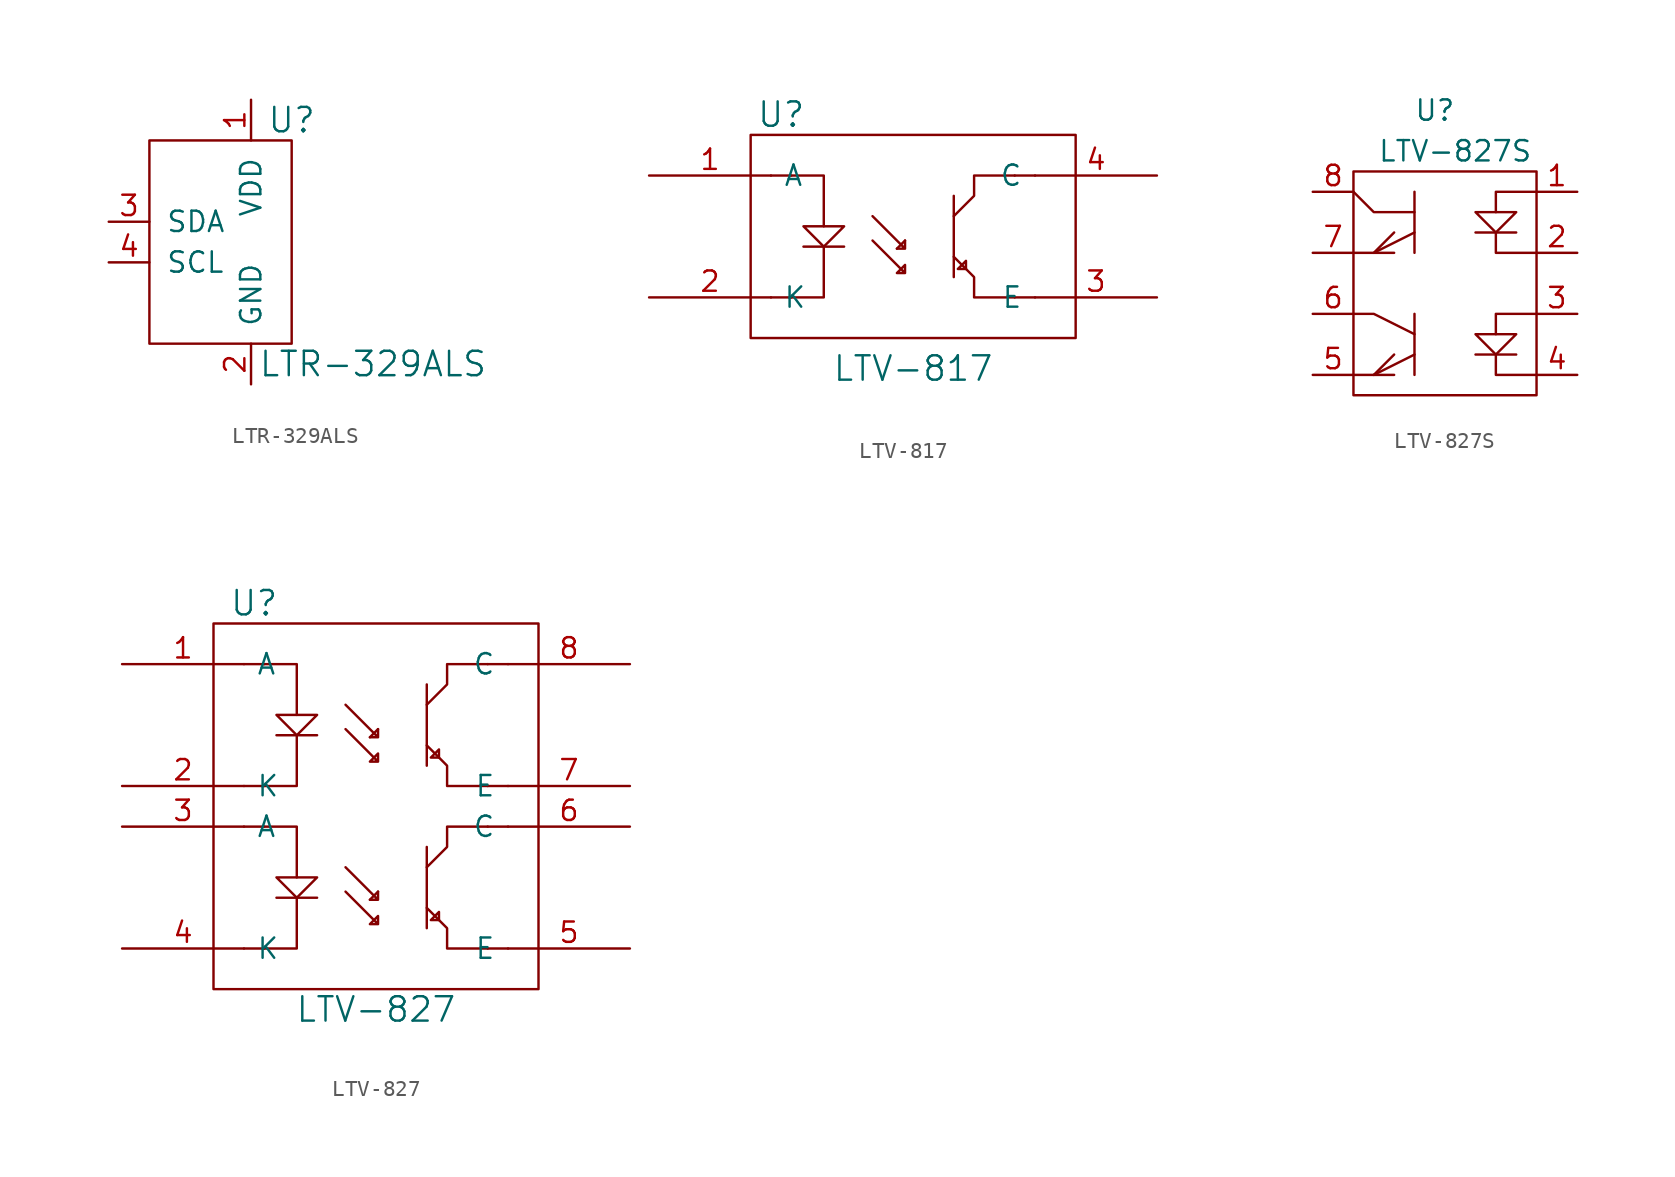
<source format=kicad_sym>
(kicad_symbol_lib
  (version 20210619)
  (generator kicad_symbol_editor)
  (symbol "tinkerforge:LTR-329ALS"
    (pin_names
      (offset 1.016))
    (property "Reference" "U"
      (at 2.54 7.62 0)
      (effects (font (size 1.524 1.524))))
    (property "Value" "LTR-329ALS"
      (at 7.62 -7.62 0)
      (effects (font (size 1.524 1.524))))
    (property "Footprint" ""
      (at 0 0 0)
      (effects (font (size 1.524 1.524))))
    (property "Datasheet" ""
      (at 0 0 0)
      (effects (font (size 1.524 1.524))))
    (symbol "LTR-329ALS_0_1"
      (rectangle (start -6.35 6.35) (end 2.54 -6.35) (stroke (width 0)) (fill (type none))))
    (symbol "LTR-329ALS_1_1"
      (pin input line (at 0 8.89 270) (length 2.54) (name "VDD" (effects (font (size 1.27 1.27)))) (number "1" (effects (font (size 1.27 1.27)))))
      (pin input line (at 0 -8.89 90) (length 2.54) (name "GND" (effects (font (size 1.27 1.27)))) (number "2" (effects (font (size 1.27 1.27)))))
      (pin passive line (at -8.89 1.27 0) (length 2.54) (name "SDA" (effects (font (size 1.27 1.27)))) (number "3" (effects (font (size 1.27 1.27)))))
      (pin passive line (at -8.89 -1.27 0) (length 2.54) (name "SCL" (effects (font (size 1.27 1.27)))) (number "4" (effects (font (size 1.27 1.27)))))))
  (symbol "tinkerforge:LTV-817"
    (pin_names
      (offset 0.762))
    (property "Reference" "U"
      (at -8.255 7.62 0)
      (effects (font (size 1.524 1.524))))
    (property "Value" "LTV-817"
      (at 0 -8.255 0)
      (effects (font (size 1.524 1.524))))
    (property "Footprint" ""
      (at 0 -10.16 0)
      (effects (font (size 1.524 1.524))))
    (property "Datasheet" ""
      (at 0 -10.16 0)
      (effects (font (size 1.524 1.524))))
    (symbol "LTV-817_0_1"
      (rectangle (start -10.16 6.35) (end 10.16 -6.35) (stroke (width 0)) (fill (type none)))
      (polyline (pts (xy -6.858 -0.635) (xy -4.318 -0.635)) (stroke (width 0)) (fill (type none)))
      (polyline (pts (xy -8.89 -3.81) (xy -7.62 -3.81) (xy -7.62 -3.81)) (stroke (width 0)) (fill (type none)))
      (polyline (pts (xy -8.89 3.81) (xy -7.62 3.81) (xy -7.62 3.81)) (stroke (width 0)) (fill (type none)))
      (polyline (pts (xy -7.62 -3.81) (xy -5.588 -3.81) (xy -5.588 -0.635)) (stroke (width 0)) (fill (type none)))
      (polyline (pts (xy -5.588 0.635) (xy -5.588 3.81) (xy -7.62 3.81)) (stroke (width 0)) (fill (type none)))
      (polyline (pts (xy -1.016 -0.762) (xy -0.508 -0.254) (xy -0.508 -0.254)) (stroke (width 0)) (fill (type none)))
      (polyline (pts (xy 2.54 2.54) (xy 2.54 -2.54) (xy 2.54 -2.54)) (stroke (width 0)) (fill (type none)))
      (polyline (pts (xy 7.62 -3.81) (xy 6.35 -3.81) (xy 6.35 -3.81)) (stroke (width 0)) (fill (type none)))
      (polyline (pts (xy 7.62 3.81) (xy 6.35 3.81) (xy 6.35 3.81)) (stroke (width 0)) (fill (type none)))
      (polyline (pts (xy -6.858 0.635) (xy -5.588 0.635) (xy -4.318 0.635) (xy -5.588 -0.635) (xy -6.858 0.635)) (stroke (width 0)) (fill (type none)))
      (polyline (pts (xy 2.54 -1.27) (xy 3.81 -2.54) (xy 3.81 -3.81) (xy 6.35 -3.81) (xy 6.35 -3.81)) (stroke (width 0)) (fill (type none)))
      (polyline (pts (xy 2.54 1.27) (xy 3.81 2.54) (xy 3.81 3.81) (xy 6.35 3.81) (xy 6.35 3.81)) (stroke (width 0)) (fill (type none)))
      (polyline (pts (xy 2.794 -2.032) (xy 3.302 -1.524) (xy 3.302 -2.032) (xy 2.794 -2.032) (xy 2.794 -2.032)) (stroke (width 0)) (fill (type none)))
      (polyline (pts (xy -2.54 1.27) (xy -0.508 -0.762) (xy -0.508 -0.254) (xy -0.508 -0.762) (xy -1.016 -0.762) (xy -1.016 -0.762)) (stroke (width 0)) (fill (type none)))
      (polyline (pts (xy -2.54 -0.254) (xy -0.508 -2.286) (xy -0.508 -1.778) (xy -0.508 -2.286) (xy -1.016 -2.286) (xy -0.508 -1.778) (xy -0.508 -1.778)) (stroke (width 0)) (fill (type none))))
    (symbol "LTV-817_1_1"
      (pin input line (at -16.51 3.81 0) (length 7.62) (name "A" (effects (font (size 1.27 1.27)))) (number "1" (effects (font (size 1.27 1.27)))))
      (pin input line (at -16.51 -3.81 0) (length 7.62) (name "K" (effects (font (size 1.27 1.27)))) (number "2" (effects (font (size 1.27 1.27)))))
      (pin passive line (at 15.24 -3.81 180) (length 7.62) (name "E" (effects (font (size 1.27 1.27)))) (number "3" (effects (font (size 1.27 1.27)))))
      (pin passive line (at 15.24 3.81 180) (length 7.62) (name "C" (effects (font (size 1.27 1.27)))) (number "4" (effects (font (size 1.27 1.27)))))))
  (symbol "tinkerforge:LTV-827S"
    (pin_names
      (offset 1.016))
    (property "Reference" "U"
      (at -1.27 10.16 0)
      (effects (font (size 1.27 1.27))))
    (property "Value" "LTV-827S"
      (at 0 7.62 0)
      (effects (font (size 1.27 1.27))))
    (symbol "LTV-827S_0_1"
      (rectangle (start -6.35 6.35) (end 5.08 -7.62) (stroke (width 0)) (fill (type none)))
      (polyline (pts (xy -5.08 -6.35) (xy -3.81 -6.35)) (stroke (width 0)) (fill (type none)))
      (polyline (pts (xy -5.08 -6.35) (xy -3.81 -5.08)) (stroke (width 0)) (fill (type none)))
      (polyline (pts (xy -2.54 5.08) (xy -2.54 1.27)) (stroke (width 0)) (fill (type none)))
      (polyline (pts (xy 1.27 2.54) (xy 3.81 2.54)) (stroke (width 0)) (fill (type none)))
      (polyline (pts (xy -6.35 -2.54) (xy -5.08 -2.54) (xy -2.54 -3.81)) (stroke (width 0)) (fill (type none)))
      (polyline (pts (xy -6.35 1.27) (xy -5.08 1.27) (xy -2.54 2.54)) (stroke (width 0)) (fill (type none)))
      (polyline (pts (xy -6.35 5.08) (xy -5.08 3.81) (xy -2.54 3.81)) (stroke (width 0)) (fill (type none)))
      (polyline (pts (xy 2.54 -5.08) (xy 2.54 -6.35) (xy 5.08 -6.35)) (stroke (width 0)) (fill (type none)))
      (polyline (pts (xy 2.54 -3.81) (xy 2.54 -2.54) (xy 5.08 -2.54)) (stroke (width 0)) (fill (type none)))
      (polyline (pts (xy 2.54 2.54) (xy 2.54 1.27) (xy 5.08 1.27)) (stroke (width 0)) (fill (type none)))
      (polyline (pts (xy 2.54 3.81) (xy 2.54 5.08) (xy 5.08 5.08)) (stroke (width 0)) (fill (type none)))
      (polyline (pts (xy -5.08 1.27) (xy -3.81 2.54) (xy -5.08 1.27) (xy -3.81 1.27)) (stroke (width 0)) (fill (type none)))
      (polyline (pts (xy 1.27 3.81) (xy 3.81 3.81) (xy 2.54 2.54) (xy 1.27 3.81)) (stroke (width 0)) (fill (type none))))
    (symbol "LTV-827S_1_1"
      (polyline (pts (xy -2.54 -2.54) (xy -2.54 -6.35)) (stroke (width 0)) (fill (type none)))
      (polyline (pts (xy 1.27 -5.08) (xy 3.81 -5.08)) (stroke (width 0)) (fill (type none)))
      (polyline (pts (xy -6.35 -6.35) (xy -5.08 -6.35) (xy -2.54 -5.08)) (stroke (width 0)) (fill (type none)))
      (polyline (pts (xy 1.27 -3.81) (xy 3.81 -3.81) (xy 2.54 -5.08) (xy 1.27 -3.81)) (stroke (width 0)) (fill (type none)))
      (pin input line (at 7.62 5.08 180) (length 2.54) (name "~" (effects (font (size 1.27 1.27)))) (number "1" (effects (font (size 1.27 1.27)))))
      (pin input line (at 7.62 1.27 180) (length 2.54) (name "~" (effects (font (size 1.27 1.27)))) (number "2" (effects (font (size 1.27 1.27)))))
      (pin input line (at 7.62 -2.54 180) (length 2.54) (name "~" (effects (font (size 1.27 1.27)))) (number "3" (effects (font (size 1.27 1.27)))))
      (pin input line (at 7.62 -6.35 180) (length 2.54) (name "~" (effects (font (size 1.27 1.27)))) (number "4" (effects (font (size 1.27 1.27)))))
      (pin input line (at -8.89 -6.35 0) (length 2.54) (name "~" (effects (font (size 1.27 1.27)))) (number "5" (effects (font (size 1.27 1.27)))))
      (pin input line (at -8.89 -2.54 0) (length 2.54) (name "~" (effects (font (size 1.27 1.27)))) (number "6" (effects (font (size 1.27 1.27)))))
      (pin input line (at -8.89 1.27 0) (length 2.54) (name "~" (effects (font (size 1.27 1.27)))) (number "7" (effects (font (size 1.27 1.27)))))
      (pin input line (at -8.89 5.08 0) (length 2.54) (name "~" (effects (font (size 1.27 1.27)))) (number "8" (effects (font (size 1.27 1.27)))))))
  (symbol "tinkerforge:LTV-827"
    (pin_names
      (offset 0.762))
    (property "Reference" "U"
      (at -8.255 12.7 0)
      (effects (font (size 1.524 1.524))))
    (property "Value" "LTV-827"
      (at -0.635 -12.7 0)
      (effects (font (size 1.524 1.524))))
    (property "Footprint" ""
      (at 0 -10.16 0)
      (effects (font (size 1.524 1.524))))
    (property "Datasheet" ""
      (at 0 -10.16 0)
      (effects (font (size 1.524 1.524))))
    (symbol "LTV-827_0_1"
      (rectangle (start -10.795 11.43) (end 9.525 -11.43) (stroke (width 0)) (fill (type none)))
      (polyline (pts (xy -6.858 -5.715) (xy -4.318 -5.715)) (stroke (width 0)) (fill (type none)))
      (polyline (pts (xy -6.858 4.445) (xy -4.318 4.445)) (stroke (width 0)) (fill (type none)))
      (polyline (pts (xy -8.89 -8.89) (xy -7.62 -8.89) (xy -7.62 -8.89)) (stroke (width 0)) (fill (type none)))
      (polyline (pts (xy -8.89 -1.27) (xy -7.62 -1.27) (xy -7.62 -1.27)) (stroke (width 0)) (fill (type none)))
      (polyline (pts (xy -8.89 1.27) (xy -7.62 1.27) (xy -7.62 1.27)) (stroke (width 0)) (fill (type none)))
      (polyline (pts (xy -8.89 8.89) (xy -7.62 8.89) (xy -7.62 8.89)) (stroke (width 0)) (fill (type none)))
      (polyline (pts (xy -7.62 -1.27) (xy -5.588 -1.27) (xy -5.588 -4.445)) (stroke (width 0)) (fill (type none)))
      (polyline (pts (xy -7.62 1.27) (xy -5.588 1.27) (xy -5.588 4.445)) (stroke (width 0)) (fill (type none)))
      (polyline (pts (xy -5.588 -5.715) (xy -5.588 -8.89) (xy -7.62 -8.89)) (stroke (width 0)) (fill (type none)))
      (polyline (pts (xy -5.588 5.715) (xy -5.588 8.89) (xy -7.62 8.89)) (stroke (width 0)) (fill (type none)))
      (polyline (pts (xy -1.016 -5.842) (xy -0.508 -5.334) (xy -0.508 -5.334)) (stroke (width 0)) (fill (type none)))
      (polyline (pts (xy -1.016 4.318) (xy -0.508 4.826) (xy -0.508 4.826)) (stroke (width 0)) (fill (type none)))
      (polyline (pts (xy 2.54 -2.54) (xy 2.54 -7.62) (xy 2.54 -7.62)) (stroke (width 0)) (fill (type none)))
      (polyline (pts (xy 2.54 7.62) (xy 2.54 2.54) (xy 2.54 2.54)) (stroke (width 0)) (fill (type none)))
      (polyline (pts (xy 7.62 -8.89) (xy 6.35 -8.89) (xy 6.35 -8.89)) (stroke (width 0)) (fill (type none)))
      (polyline (pts (xy 7.62 -1.27) (xy 6.35 -1.27) (xy 6.35 -1.27)) (stroke (width 0)) (fill (type none)))
      (polyline (pts (xy 7.62 1.27) (xy 6.35 1.27) (xy 6.35 1.27)) (stroke (width 0)) (fill (type none)))
      (polyline (pts (xy 7.62 8.89) (xy 6.35 8.89) (xy 6.35 8.89)) (stroke (width 0)) (fill (type none)))
      (polyline (pts (xy -6.858 -4.445) (xy -5.588 -4.445) (xy -4.318 -4.445) (xy -5.588 -5.715) (xy -6.858 -4.445)) (stroke (width 0)) (fill (type none)))
      (polyline (pts (xy -6.858 5.715) (xy -5.588 5.715) (xy -4.318 5.715) (xy -5.588 4.445) (xy -6.858 5.715)) (stroke (width 0)) (fill (type none)))
      (polyline (pts (xy 2.54 -6.35) (xy 3.81 -7.62) (xy 3.81 -8.89) (xy 6.35 -8.89) (xy 6.35 -8.89)) (stroke (width 0)) (fill (type none)))
      (polyline (pts (xy 2.54 -3.81) (xy 3.81 -2.54) (xy 3.81 -1.27) (xy 6.35 -1.27) (xy 6.35 -1.27)) (stroke (width 0)) (fill (type none)))
      (polyline (pts (xy 2.54 3.81) (xy 3.81 2.54) (xy 3.81 1.27) (xy 6.35 1.27) (xy 6.35 1.27)) (stroke (width 0)) (fill (type none)))
      (polyline (pts (xy 2.54 6.35) (xy 3.81 7.62) (xy 3.81 8.89) (xy 6.35 8.89) (xy 6.35 8.89)) (stroke (width 0)) (fill (type none)))
      (polyline (pts (xy 2.794 -7.112) (xy 3.302 -6.604) (xy 3.302 -7.112) (xy 2.794 -7.112) (xy 2.794 -7.112)) (stroke (width 0)) (fill (type none)))
      (polyline (pts (xy 2.794 3.048) (xy 3.302 3.556) (xy 3.302 3.048) (xy 2.794 3.048) (xy 2.794 3.048)) (stroke (width 0)) (fill (type none)))
      (polyline (pts (xy -2.54 -3.81) (xy -0.508 -5.842) (xy -0.508 -5.334) (xy -0.508 -5.842) (xy -1.016 -5.842) (xy -1.016 -5.842)) (stroke (width 0)) (fill (type none)))
      (polyline (pts (xy -2.54 6.35) (xy -0.508 4.318) (xy -0.508 4.826) (xy -0.508 4.318) (xy -1.016 4.318) (xy -1.016 4.318)) (stroke (width 0)) (fill (type none)))
      (polyline (pts (xy -2.54 -5.334) (xy -0.508 -7.366) (xy -0.508 -6.858) (xy -0.508 -7.366) (xy -1.016 -7.366) (xy -0.508 -6.858) (xy -0.508 -6.858)) (stroke (width 0)) (fill (type none)))
      (polyline (pts (xy -2.54 4.826) (xy -0.508 2.794) (xy -0.508 3.302) (xy -0.508 2.794) (xy -1.016 2.794) (xy -0.508 3.302) (xy -0.508 3.302)) (stroke (width 0)) (fill (type none))))
    (symbol "LTV-827_1_1"
      (pin input line (at -16.51 8.89 0) (length 7.62) (name "A" (effects (font (size 1.27 1.27)))) (number "1" (effects (font (size 1.27 1.27)))))
      (pin input line (at -16.51 1.27 0) (length 7.62) (name "K" (effects (font (size 1.27 1.27)))) (number "2" (effects (font (size 1.27 1.27)))))
      (pin input line (at -16.51 -1.27 0) (length 7.62) (name "A" (effects (font (size 1.27 1.27)))) (number "3" (effects (font (size 1.27 1.27)))))
      (pin input line (at -16.51 -8.89 0) (length 7.62) (name "K" (effects (font (size 1.27 1.27)))) (number "4" (effects (font (size 1.27 1.27)))))
      (pin passive line (at 15.24 -8.89 180) (length 7.62) (name "E" (effects (font (size 1.27 1.27)))) (number "5" (effects (font (size 1.27 1.27)))))
      (pin passive line (at 15.24 -1.27 180) (length 7.62) (name "C" (effects (font (size 1.27 1.27)))) (number "6" (effects (font (size 1.27 1.27)))))
      (pin passive line (at 15.24 1.27 180) (length 7.62) (name "E" (effects (font (size 1.27 1.27)))) (number "7" (effects (font (size 1.27 1.27)))))
      (pin passive line (at 15.24 8.89 180) (length 7.62) (name "C" (effects (font (size 1.27 1.27)))) (number "8" (effects (font (size 1.27 1.27))))))))
</source>
